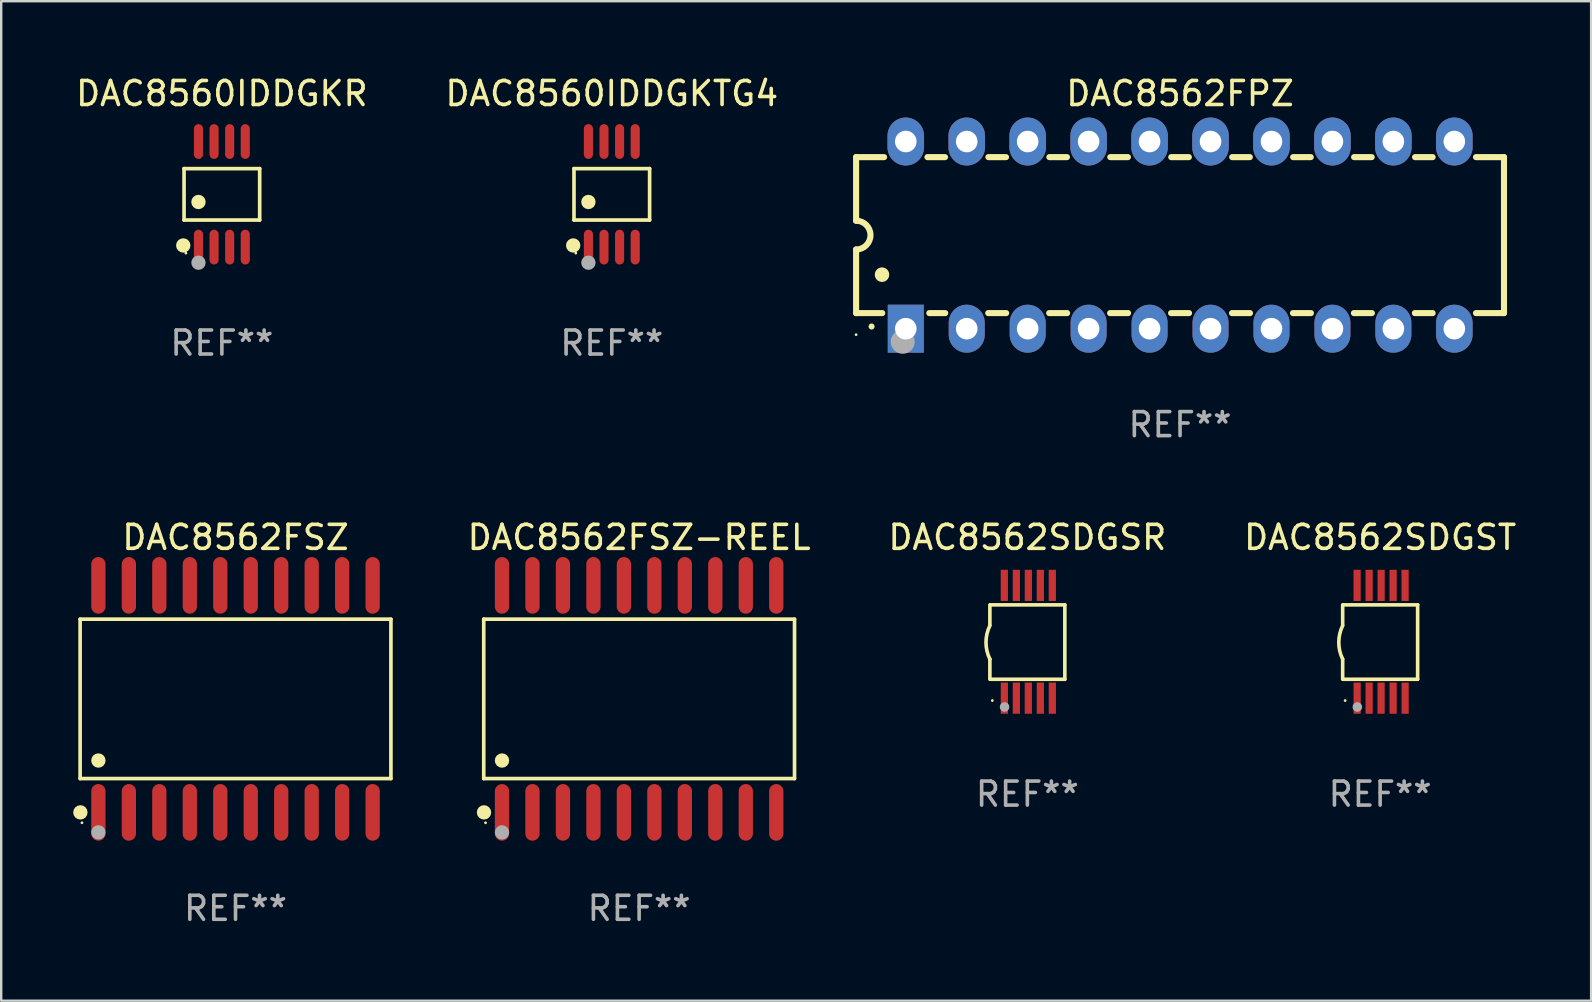
<source format=kicad_pcb>
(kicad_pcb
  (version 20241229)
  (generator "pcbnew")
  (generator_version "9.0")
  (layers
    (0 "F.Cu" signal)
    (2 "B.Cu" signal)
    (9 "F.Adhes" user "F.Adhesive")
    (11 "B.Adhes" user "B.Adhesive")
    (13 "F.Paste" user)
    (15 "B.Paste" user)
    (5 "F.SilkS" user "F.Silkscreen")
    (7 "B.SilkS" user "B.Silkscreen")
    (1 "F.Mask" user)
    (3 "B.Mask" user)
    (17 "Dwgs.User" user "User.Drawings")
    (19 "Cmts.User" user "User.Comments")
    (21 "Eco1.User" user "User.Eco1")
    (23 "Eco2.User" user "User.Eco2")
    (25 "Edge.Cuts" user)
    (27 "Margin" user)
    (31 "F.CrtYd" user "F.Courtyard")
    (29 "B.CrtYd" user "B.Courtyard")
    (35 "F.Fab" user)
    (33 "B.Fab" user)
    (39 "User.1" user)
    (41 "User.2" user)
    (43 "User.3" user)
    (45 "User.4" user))
  (footprint "DAC8560IDDGKR"
    (layer "F.Cu")
    (at 6.196 5.048)
    (property "Reference" "DAC8560IDDGKR" (at 0 -4.2 0) (layer "F.SilkS") (effects (font (size 1 1) (thickness 0.15))))
    (attr through_hole)
    (fp_line (start -1.576 -1.071) (end 1.576 -1.071) (stroke (width 0.152) (type solid)) (layer "F.SilkS"))
    (fp_line (start -1.576 1.071) (end -1.576 -1.071) (stroke (width 0.152) (type solid)) (layer "F.SilkS"))
    (fp_line (start 1.576 -1.071) (end 1.576 1.071) (stroke (width 0.152) (type solid)) (layer "F.SilkS"))
    (fp_line (start 1.576 1.071) (end -1.576 1.071) (stroke (width 0.152) (type solid)) (layer "F.SilkS"))
    (fp_circle (center -1.609 2.131) (end -1.459 2.131) (stroke (width 0.3) (type solid)) (fill no) (layer "F.SilkS"))
    (fp_circle (center -1.5 2.45) (end -1.47 2.45) (stroke (width 0.06) (type solid)) (fill no) (layer "F.SilkS"))
    (fp_circle (center -0.975 0.319) (end -0.825 0.319) (stroke (width 0.3) (type solid)) (fill no) (layer "F.SilkS"))
    (fp_circle (center -0.975 2.85) (end -0.825 2.85) (stroke (width 0.3) (type solid)) (fill no) (layer "F.Fab"))
    (fp_text user "REF**" (at 0 6.2 0) (layer "F.Fab") (effects (font (size 1 1) (thickness 0.15))))
    (pad "1" smd oval (at -0.975 2.2) (size 0.38 1.45) (layers "F.Cu" "F.Mask" "F.Paste"))
    (pad "2" smd oval (at -0.325 2.2) (size 0.38 1.45) (layers "F.Cu" "F.Mask" "F.Paste"))
    (pad "3" smd oval (at 0.325 2.2) (size 0.38 1.45) (layers "F.Cu" "F.Mask" "F.Paste"))
    (pad "4" smd oval (at 0.975 2.2) (size 0.38 1.45) (layers "F.Cu" "F.Mask" "F.Paste"))
    (pad "5" smd oval (at 0.975 -2.2) (size 0.38 1.45) (layers "F.Cu" "F.Mask" "F.Paste"))
    (pad "6" smd oval (at 0.325 -2.2) (size 0.38 1.45) (layers "F.Cu" "F.Mask" "F.Paste"))
    (pad "7" smd oval (at -0.325 -2.2) (size 0.38 1.45) (layers "F.Cu" "F.Mask" "F.Paste"))
    (pad "8" smd oval (at -0.975 -2.2) (size 0.38 1.45) (layers "F.Cu" "F.Mask" "F.Paste")))
  (footprint "DAC8562SDGST"
    (layer "F.Cu")
    (at 54.466 23.695)
    (property "Reference" "DAC8562SDGST" (at 0 -4.35 0) (layer "F.SilkS") (effects (font (size 1 1) (thickness 0.15))))
    (attr through_hole)
    (fp_line (start -1.562 -1.537) (end -1.562 -0.698) (stroke (width 0.15) (type solid)) (layer "F.SilkS"))
    (fp_line (start -1.562 0.724) (end -1.562 1.562) (stroke (width 0.15) (type solid)) (layer "F.SilkS"))
    (fp_line (start -1.538 -1.537) (end 1.562 -1.537) (stroke (width 0.15) (type solid)) (layer "F.SilkS"))
    (fp_line (start -1.538 1.562) (end 1.562 1.562) (stroke (width 0.15) (type solid)) (layer "F.SilkS"))
    (fp_line (start 1.562 1.564) (end 1.562 -1.537) (stroke (width 0.15) (type solid)) (layer "F.SilkS"))
    (fp_arc (start -1.562103 0.724079) (mid -1.723579 0.025578) (end -1.562103 -0.672924) (stroke (width 0.150013) (type solid)) (layer "F.SilkS"))
    (fp_circle (center -1.459 2.45) (end -1.429 2.45) (stroke (width 0.06) (type solid)) (fill no) (layer "F.SilkS"))
    (fp_circle (center -0.95 2.718) (end -0.85 2.718) (stroke (width 0.2) (type solid)) (fill no) (layer "F.Fab"))
    (fp_text user "REF**" (at 0 6.35 0) (layer "F.Fab") (effects (font (size 1 1) (thickness 0.15))))
    (pad "1" smd rect (at -0.959 2.35) (size 0.3 1.3) (layers "F.Cu" "F.Mask" "F.Paste"))
    (pad "2" smd rect (at -0.459 2.35) (size 0.3 1.3) (layers "F.Cu" "F.Mask" "F.Paste"))
    (pad "3" smd rect (at 0.04 2.35) (size 0.3 1.3) (layers "F.Cu" "F.Mask" "F.Paste"))
    (pad "4" smd rect (at 0.541 2.35) (size 0.3 1.3) (layers "F.Cu" "F.Mask" "F.Paste"))
    (pad "5" smd rect (at 1.041 2.35) (size 0.3 1.3) (layers "F.Cu" "F.Mask" "F.Paste"))
    (pad "6" smd rect (at 1.04 -2.35) (size 0.3 1.3) (layers "F.Cu" "F.Mask" "F.Paste"))
    (pad "7" smd rect (at 0.541 -2.35) (size 0.3 1.3) (layers "F.Cu" "F.Mask" "F.Paste"))
    (pad "8" smd rect (at 0.041 -2.35) (size 0.3 1.3) (layers "F.Cu" "F.Mask" "F.Paste"))
    (pad "9" smd rect (at -0.459 -2.35) (size 0.3 1.3) (layers "F.Cu" "F.Mask" "F.Paste"))
    (pad "10" smd rect (at -0.96 -2.35) (size 0.3 1.3) (layers "F.Cu" "F.Mask" "F.Paste")))
  (footprint "DAC8562FSZ"
    (layer "F.Cu")
    (at 6.765 26.075)
    (property "Reference" "DAC8562FSZ" (at 0 -6.73 0) (layer "F.SilkS") (effects (font (size 1 1) (thickness 0.15))))
    (attr through_hole)
    (fp_line (start -6.476 -3.321) (end 6.476 -3.321) (stroke (width 0.152) (type solid)) (layer "F.SilkS"))
    (fp_line (start -6.476 3.321) (end -6.476 -3.321) (stroke (width 0.152) (type solid)) (layer "F.SilkS"))
    (fp_line (start 6.476 -3.321) (end 6.476 3.321) (stroke (width 0.152) (type solid)) (layer "F.SilkS"))
    (fp_line (start 6.476 3.321) (end -6.476 3.321) (stroke (width 0.152) (type solid)) (layer "F.SilkS"))
    (fp_circle (center -6.465 4.73) (end -6.315 4.73) (stroke (width 0.3) (type solid)) (fill no) (layer "F.SilkS"))
    (fp_circle (center -6.4 5.163) (end -6.37 5.163) (stroke (width 0.06) (type solid)) (fill no) (layer "F.SilkS"))
    (fp_circle (center -5.715 2.569) (end -5.565 2.569) (stroke (width 0.3) (type solid)) (fill no) (layer "F.SilkS"))
    (fp_circle (center -5.715 5.563) (end -5.565 5.563) (stroke (width 0.3) (type solid)) (fill no) (layer "F.Fab"))
    (fp_text user "REF**" (at 0 8.73 0) (layer "F.Fab") (effects (font (size 1 1) (thickness 0.15))))
    (pad "1" smd oval (at -5.715 4.73) (size 0.595 2.36) (layers "F.Cu" "F.Mask" "F.Paste"))
    (pad "2" smd oval (at -4.445 4.73) (size 0.595 2.36) (layers "F.Cu" "F.Mask" "F.Paste"))
    (pad "3" smd oval (at -3.175 4.73) (size 0.595 2.36) (layers "F.Cu" "F.Mask" "F.Paste"))
    (pad "4" smd oval (at -1.905 4.73) (size 0.595 2.36) (layers "F.Cu" "F.Mask" "F.Paste"))
    (pad "5" smd oval (at -0.635 4.73) (size 0.595 2.36) (layers "F.Cu" "F.Mask" "F.Paste"))
    (pad "6" smd oval (at 0.635 4.73) (size 0.595 2.36) (layers "F.Cu" "F.Mask" "F.Paste"))
    (pad "7" smd oval (at 1.905 4.73) (size 0.595 2.36) (layers "F.Cu" "F.Mask" "F.Paste"))
    (pad "8" smd oval (at 3.175 4.73) (size 0.595 2.36) (layers "F.Cu" "F.Mask" "F.Paste"))
    (pad "9" smd oval (at 4.445 4.73) (size 0.595 2.36) (layers "F.Cu" "F.Mask" "F.Paste"))
    (pad "10" smd oval (at 5.715 4.73) (size 0.595 2.36) (layers "F.Cu" "F.Mask" "F.Paste"))
    (pad "11" smd oval (at 5.715 -4.73) (size 0.595 2.36) (layers "F.Cu" "F.Mask" "F.Paste"))
    (pad "12" smd oval (at 4.445 -4.73) (size 0.595 2.36) (layers "F.Cu" "F.Mask" "F.Paste"))
    (pad "13" smd oval (at 3.175 -4.73) (size 0.595 2.36) (layers "F.Cu" "F.Mask" "F.Paste"))
    (pad "14" smd oval (at 1.905 -4.73) (size 0.595 2.36) (layers "F.Cu" "F.Mask" "F.Paste"))
    (pad "15" smd oval (at 0.635 -4.73) (size 0.595 2.36) (layers "F.Cu" "F.Mask" "F.Paste"))
    (pad "16" smd oval (at -0.635 -4.73) (size 0.595 2.36) (layers "F.Cu" "F.Mask" "F.Paste"))
    (pad "17" smd oval (at -1.905 -4.73) (size 0.595 2.36) (layers "F.Cu" "F.Mask" "F.Paste"))
    (pad "18" smd oval (at -3.175 -4.73) (size 0.595 2.36) (layers "F.Cu" "F.Mask" "F.Paste"))
    (pad "19" smd oval (at -4.445 -4.73) (size 0.595 2.36) (layers "F.Cu" "F.Mask" "F.Paste"))
    (pad "20" smd oval (at -5.715 -4.73) (size 0.595 2.36) (layers "F.Cu" "F.Mask" "F.Paste")))
  (footprint "DAC8562FSZ-REEL"
    (layer "F.Cu")
    (at 23.585 26.075)
    (property "Reference" "DAC8562FSZ-REEL" (at 0 -6.73 0) (layer "F.SilkS") (effects (font (size 1 1) (thickness 0.15))))
    (attr through_hole)
    (fp_line (start -6.476 -3.321) (end 6.476 -3.321) (stroke (width 0.152) (type solid)) (layer "F.SilkS"))
    (fp_line (start -6.476 3.321) (end -6.476 -3.321) (stroke (width 0.152) (type solid)) (layer "F.SilkS"))
    (fp_line (start 6.476 -3.321) (end 6.476 3.321) (stroke (width 0.152) (type solid)) (layer "F.SilkS"))
    (fp_line (start 6.476 3.321) (end -6.476 3.321) (stroke (width 0.152) (type solid)) (layer "F.SilkS"))
    (fp_circle (center -6.465 4.73) (end -6.315 4.73) (stroke (width 0.3) (type solid)) (fill no) (layer "F.SilkS"))
    (fp_circle (center -6.4 5.163) (end -6.37 5.163) (stroke (width 0.06) (type solid)) (fill no) (layer "F.SilkS"))
    (fp_circle (center -5.715 2.569) (end -5.565 2.569) (stroke (width 0.3) (type solid)) (fill no) (layer "F.SilkS"))
    (fp_circle (center -5.715 5.563) (end -5.565 5.563) (stroke (width 0.3) (type solid)) (fill no) (layer "F.Fab"))
    (fp_text user "REF**" (at 0 8.73 0) (layer "F.Fab") (effects (font (size 1 1) (thickness 0.15))))
    (pad "1" smd oval (at -5.715 4.73) (size 0.595 2.36) (layers "F.Cu" "F.Mask" "F.Paste"))
    (pad "2" smd oval (at -4.445 4.73) (size 0.595 2.36) (layers "F.Cu" "F.Mask" "F.Paste"))
    (pad "3" smd oval (at -3.175 4.73) (size 0.595 2.36) (layers "F.Cu" "F.Mask" "F.Paste"))
    (pad "4" smd oval (at -1.905 4.73) (size 0.595 2.36) (layers "F.Cu" "F.Mask" "F.Paste"))
    (pad "5" smd oval (at -0.635 4.73) (size 0.595 2.36) (layers "F.Cu" "F.Mask" "F.Paste"))
    (pad "6" smd oval (at 0.635 4.73) (size 0.595 2.36) (layers "F.Cu" "F.Mask" "F.Paste"))
    (pad "7" smd oval (at 1.905 4.73) (size 0.595 2.36) (layers "F.Cu" "F.Mask" "F.Paste"))
    (pad "8" smd oval (at 3.175 4.73) (size 0.595 2.36) (layers "F.Cu" "F.Mask" "F.Paste"))
    (pad "9" smd oval (at 4.445 4.73) (size 0.595 2.36) (layers "F.Cu" "F.Mask" "F.Paste"))
    (pad "10" smd oval (at 5.715 4.73) (size 0.595 2.36) (layers "F.Cu" "F.Mask" "F.Paste"))
    (pad "11" smd oval (at 5.715 -4.73) (size 0.595 2.36) (layers "F.Cu" "F.Mask" "F.Paste"))
    (pad "12" smd oval (at 4.445 -4.73) (size 0.595 2.36) (layers "F.Cu" "F.Mask" "F.Paste"))
    (pad "13" smd oval (at 3.175 -4.73) (size 0.595 2.36) (layers "F.Cu" "F.Mask" "F.Paste"))
    (pad "14" smd oval (at 1.905 -4.73) (size 0.595 2.36) (layers "F.Cu" "F.Mask" "F.Paste"))
    (pad "15" smd oval (at 0.635 -4.73) (size 0.595 2.36) (layers "F.Cu" "F.Mask" "F.Paste"))
    (pad "16" smd oval (at -0.635 -4.73) (size 0.595 2.36) (layers "F.Cu" "F.Mask" "F.Paste"))
    (pad "17" smd oval (at -1.905 -4.73) (size 0.595 2.36) (layers "F.Cu" "F.Mask" "F.Paste"))
    (pad "18" smd oval (at -3.175 -4.73) (size 0.595 2.36) (layers "F.Cu" "F.Mask" "F.Paste"))
    (pad "19" smd oval (at -4.445 -4.73) (size 0.595 2.36) (layers "F.Cu" "F.Mask" "F.Paste"))
    (pad "20" smd oval (at -5.715 -4.73) (size 0.595 2.36) (layers "F.Cu" "F.Mask" "F.Paste")))
  (footprint "DAC8560IDDGKTG4"
    (layer "F.Cu")
    (at 22.446 5.048)
    (property "Reference" "DAC8560IDDGKTG4" (at 0 -4.2 0) (layer "F.SilkS") (effects (font (size 1 1) (thickness 0.15))))
    (attr through_hole)
    (fp_line (start -1.576 -1.071) (end 1.576 -1.071) (stroke (width 0.152) (type solid)) (layer "F.SilkS"))
    (fp_line (start -1.576 1.071) (end -1.576 -1.071) (stroke (width 0.152) (type solid)) (layer "F.SilkS"))
    (fp_line (start 1.576 -1.071) (end 1.576 1.071) (stroke (width 0.152) (type solid)) (layer "F.SilkS"))
    (fp_line (start 1.576 1.071) (end -1.576 1.071) (stroke (width 0.152) (type solid)) (layer "F.SilkS"))
    (fp_circle (center -1.609 2.131) (end -1.459 2.131) (stroke (width 0.3) (type solid)) (fill no) (layer "F.SilkS"))
    (fp_circle (center -1.5 2.45) (end -1.47 2.45) (stroke (width 0.06) (type solid)) (fill no) (layer "F.SilkS"))
    (fp_circle (center -0.975 0.319) (end -0.825 0.319) (stroke (width 0.3) (type solid)) (fill no) (layer "F.SilkS"))
    (fp_circle (center -0.975 2.85) (end -0.825 2.85) (stroke (width 0.3) (type solid)) (fill no) (layer "F.Fab"))
    (fp_text user "REF**" (at 0 6.2 0) (layer "F.Fab") (effects (font (size 1 1) (thickness 0.15))))
    (pad "1" smd oval (at -0.975 2.2) (size 0.38 1.45) (layers "F.Cu" "F.Mask" "F.Paste"))
    (pad "2" smd oval (at -0.325 2.2) (size 0.38 1.45) (layers "F.Cu" "F.Mask" "F.Paste"))
    (pad "3" smd oval (at 0.325 2.2) (size 0.38 1.45) (layers "F.Cu" "F.Mask" "F.Paste"))
    (pad "4" smd oval (at 0.975 2.2) (size 0.38 1.45) (layers "F.Cu" "F.Mask" "F.Paste"))
    (pad "5" smd oval (at 0.975 -2.2) (size 0.38 1.45) (layers "F.Cu" "F.Mask" "F.Paste"))
    (pad "6" smd oval (at 0.325 -2.2) (size 0.38 1.45) (layers "F.Cu" "F.Mask" "F.Paste"))
    (pad "7" smd oval (at -0.325 -2.2) (size 0.38 1.45) (layers "F.Cu" "F.Mask" "F.Paste"))
    (pad "8" smd oval (at -0.975 -2.2) (size 0.38 1.45) (layers "F.Cu" "F.Mask" "F.Paste")))
  (footprint "DAC8562SDGSR"
    (layer "F.Cu")
    (at 39.764 23.695)
    (property "Reference" "DAC8562SDGSR" (at 0 -4.35 0) (layer "F.SilkS") (effects (font (size 1 1) (thickness 0.15))))
    (attr through_hole)
    (fp_line (start -1.562 -1.537) (end -1.562 -0.698) (stroke (width 0.15) (type solid)) (layer "F.SilkS"))
    (fp_line (start -1.562 0.724) (end -1.562 1.562) (stroke (width 0.15) (type solid)) (layer "F.SilkS"))
    (fp_line (start -1.538 -1.537) (end 1.562 -1.537) (stroke (width 0.15) (type solid)) (layer "F.SilkS"))
    (fp_line (start -1.538 1.562) (end 1.562 1.562) (stroke (width 0.15) (type solid)) (layer "F.SilkS"))
    (fp_line (start 1.562 1.564) (end 1.562 -1.537) (stroke (width 0.15) (type solid)) (layer "F.SilkS"))
    (fp_arc (start -1.562103 0.724079) (mid -1.723579 0.025578) (end -1.562103 -0.672924) (stroke (width 0.150013) (type solid)) (layer "F.SilkS"))
    (fp_circle (center -1.459 2.45) (end -1.429 2.45) (stroke (width 0.06) (type solid)) (fill no) (layer "F.SilkS"))
    (fp_circle (center -0.95 2.718) (end -0.85 2.718) (stroke (width 0.2) (type solid)) (fill no) (layer "F.Fab"))
    (fp_text user "REF**" (at 0 6.35 0) (layer "F.Fab") (effects (font (size 1 1) (thickness 0.15))))
    (pad "1" smd rect (at -0.959 2.35) (size 0.3 1.3) (layers "F.Cu" "F.Mask" "F.Paste"))
    (pad "2" smd rect (at -0.459 2.35) (size 0.3 1.3) (layers "F.Cu" "F.Mask" "F.Paste"))
    (pad "3" smd rect (at 0.04 2.35) (size 0.3 1.3) (layers "F.Cu" "F.Mask" "F.Paste"))
    (pad "4" smd rect (at 0.541 2.35) (size 0.3 1.3) (layers "F.Cu" "F.Mask" "F.Paste"))
    (pad "5" smd rect (at 1.041 2.35) (size 0.3 1.3) (layers "F.Cu" "F.Mask" "F.Paste"))
    (pad "6" smd rect (at 1.04 -2.35) (size 0.3 1.3) (layers "F.Cu" "F.Mask" "F.Paste"))
    (pad "7" smd rect (at 0.541 -2.35) (size 0.3 1.3) (layers "F.Cu" "F.Mask" "F.Paste"))
    (pad "8" smd rect (at 0.041 -2.35) (size 0.3 1.3) (layers "F.Cu" "F.Mask" "F.Paste"))
    (pad "9" smd rect (at -0.459 -2.35) (size 0.3 1.3) (layers "F.Cu" "F.Mask" "F.Paste"))
    (pad "10" smd rect (at -0.96 -2.35) (size 0.3 1.3) (layers "F.Cu" "F.Mask" "F.Paste")))
  (footprint "DAC8562FPZ"
    (layer "F.Cu")
    (at 46.127 6.748)
    (property "Reference" "DAC8562FPZ" (at 0 -5.9 0) (layer "F.SilkS") (effects (font (size 1 1) (thickness 0.15))))
    (attr through_hole)
    (fp_line (start -13.5 -3.25) (end -12.333 -3.25) (stroke (width 0.254) (type solid)) (layer "F.SilkS"))
    (fp_line (start -13.5 -0.6) (end -13.5 -3.25) (stroke (width 0.254) (type solid)) (layer "F.SilkS"))
    (fp_line (start -13.5 3.25) (end -13.5 0.6) (stroke (width 0.254) (type solid)) (layer "F.SilkS"))
    (fp_line (start -13.5 3.25) (end -12.411 3.25) (stroke (width 0.254) (type solid)) (layer "F.SilkS"))
    (fp_line (start -10.527 -3.25) (end -9.793 -3.25) (stroke (width 0.254) (type solid)) (layer "F.SilkS"))
    (fp_line (start -10.449 3.25) (end -9.786 3.25) (stroke (width 0.254) (type solid)) (layer "F.SilkS"))
    (fp_line (start -7.994 3.25) (end -7.246 3.25) (stroke (width 0.254) (type solid)) (layer "F.SilkS"))
    (fp_line (start -7.987 -3.25) (end -7.253 -3.25) (stroke (width 0.254) (type solid)) (layer "F.SilkS"))
    (fp_line (start -5.454 3.25) (end -4.706 3.25) (stroke (width 0.254) (type solid)) (layer "F.SilkS"))
    (fp_line (start -5.447 -3.25) (end -4.713 -3.25) (stroke (width 0.254) (type solid)) (layer "F.SilkS"))
    (fp_line (start -2.914 3.25) (end -2.166 3.25) (stroke (width 0.254) (type solid)) (layer "F.SilkS"))
    (fp_line (start -2.907 -3.25) (end -2.173 -3.25) (stroke (width 0.254) (type solid)) (layer "F.SilkS"))
    (fp_line (start -0.374 3.25) (end 0.374 3.25) (stroke (width 0.254) (type solid)) (layer "F.SilkS"))
    (fp_line (start -0.367 -3.25) (end 0.367 -3.25) (stroke (width 0.254) (type solid)) (layer "F.SilkS"))
    (fp_line (start 2.166 3.25) (end 2.914 3.25) (stroke (width 0.254) (type solid)) (layer "F.SilkS"))
    (fp_line (start 2.173 -3.25) (end 2.907 -3.25) (stroke (width 0.254) (type solid)) (layer "F.SilkS"))
    (fp_line (start 4.706 3.25) (end 5.454 3.25) (stroke (width 0.254) (type solid)) (layer "F.SilkS"))
    (fp_line (start 4.713 -3.25) (end 5.447 -3.25) (stroke (width 0.254) (type solid)) (layer "F.SilkS"))
    (fp_line (start 7.246 3.25) (end 7.994 3.25) (stroke (width 0.254) (type solid)) (layer "F.SilkS"))
    (fp_line (start 7.253 -3.25) (end 7.987 -3.25) (stroke (width 0.254) (type solid)) (layer "F.SilkS"))
    (fp_line (start 9.786 3.25) (end 10.527 3.25) (stroke (width 0.254) (type solid)) (layer "F.SilkS"))
    (fp_line (start 9.793 -3.25) (end 10.527 -3.25) (stroke (width 0.254) (type solid)) (layer "F.SilkS"))
    (fp_line (start 12.333 -3.25) (end 13.5 -3.25) (stroke (width 0.254) (type solid)) (layer "F.SilkS"))
    (fp_line (start 12.333 3.25) (end 13.5 3.25) (stroke (width 0.254) (type solid)) (layer "F.SilkS"))
    (fp_line (start 13.5 -3.25) (end 13.5 3.25) (stroke (width 0.254) (type solid)) (layer "F.SilkS"))
    (fp_arc (start -13.500127 -0.599442) (mid -12.900406 0.000228) (end -13.500025 0.6) (stroke (width 0.254001) (type solid)) (layer "F.SilkS"))
    (fp_arc (start -12.854966 3.810008) (mid -12.854973 3.808738) (end -12.854966 3.807468) (stroke (width 0.25) (type solid)) (layer "F.SilkS"))
    (fp_arc (start -12.420625 1.651003) (mid -12.420636 1.648463) (end -12.420625 1.645923) (stroke (width 0.6) (type solid)) (layer "F.SilkS"))
    (fp_circle (center -13.5 4.15) (end -13.47 4.15) (stroke (width 0.06) (type solid)) (fill no) (layer "F.SilkS"))
    (fp_circle (center -11.557 4.445) (end -11.307 4.445) (stroke (width 0.5) (type solid)) (fill no) (layer "F.Fab"))
    (fp_text user "REF**" (at 0 7.9 0) (layer "F.Fab") (effects (font (size 1 1) (thickness 0.15))))
    (pad "1" thru_hole rect (at -11.43 3.9 90) (size 2 1.5) (drill 0.9) (layers "*.Cu" "*.Mask"))
    (pad "2" thru_hole oval (at -8.89 3.9 90) (size 2 1.5) (drill 0.9) (layers "*.Cu" "*.Mask"))
    (pad "3" thru_hole oval (at -6.35 3.9 90) (size 2 1.5) (drill 0.9) (layers "*.Cu" "*.Mask"))
    (pad "4" thru_hole oval (at -3.81 3.9 90) (size 2 1.5) (drill 0.9) (layers "*.Cu" "*.Mask"))
    (pad "5" thru_hole oval (at -1.27 3.9 90) (size 2 1.5) (drill 0.9) (layers "*.Cu" "*.Mask"))
    (pad "6" thru_hole oval (at 1.27 3.9 90) (size 2 1.5) (drill 0.9) (layers "*.Cu" "*.Mask"))
    (pad "7" thru_hole oval (at 3.81 3.9 90) (size 2 1.5) (drill 0.9) (layers "*.Cu" "*.Mask"))
    (pad "8" thru_hole oval (at 6.35 3.9 90) (size 2 1.5) (drill 0.9) (layers "*.Cu" "*.Mask"))
    (pad "9" thru_hole oval (at 8.89 3.9 90) (size 2 1.5) (drill 0.9) (layers "*.Cu" "*.Mask"))
    (pad "10" thru_hole oval (at 11.43 3.9 90) (size 2 1.524) (drill 0.9) (layers "*.Cu" "*.Mask"))
    (pad "11" thru_hole oval (at 11.43 -3.9 90) (size 2 1.524) (drill 0.9) (layers "*.Cu" "*.Mask"))
    (pad "12" thru_hole oval (at 8.89 -3.9 90) (size 2 1.524) (drill 0.9) (layers "*.Cu" "*.Mask"))
    (pad "13" thru_hole oval (at 6.35 -3.9 90) (size 2 1.524) (drill 0.9) (layers "*.Cu" "*.Mask"))
    (pad "14" thru_hole oval (at 3.81 -3.9 90) (size 2 1.524) (drill 0.9) (layers "*.Cu" "*.Mask"))
    (pad "15" thru_hole oval (at 1.27 -3.9 90) (size 2 1.524) (drill 0.9) (layers "*.Cu" "*.Mask"))
    (pad "16" thru_hole oval (at -1.27 -3.9 90) (size 2 1.524) (drill 0.9) (layers "*.Cu" "*.Mask"))
    (pad "17" thru_hole oval (at -3.81 -3.9 90) (size 2 1.524) (drill 0.9) (layers "*.Cu" "*.Mask"))
    (pad "18" thru_hole oval (at -6.35 -3.9 90) (size 2 1.524) (drill 0.9) (layers "*.Cu" "*.Mask"))
    (pad "19" thru_hole oval (at -8.89 -3.9 90) (size 2 1.524) (drill 0.9) (layers "*.Cu" "*.Mask"))
    (pad "20" thru_hole oval (at -11.43 -3.9 90) (size 2 1.524) (drill 0.9) (layers "*.Cu" "*.Mask")))
  (gr_rect
    (start -3 -3)
    (end 63.258 38.653)
    (stroke (width 0.1) (type default))
    (fill no)
    (layer "Edge.Cuts")))
</source>
